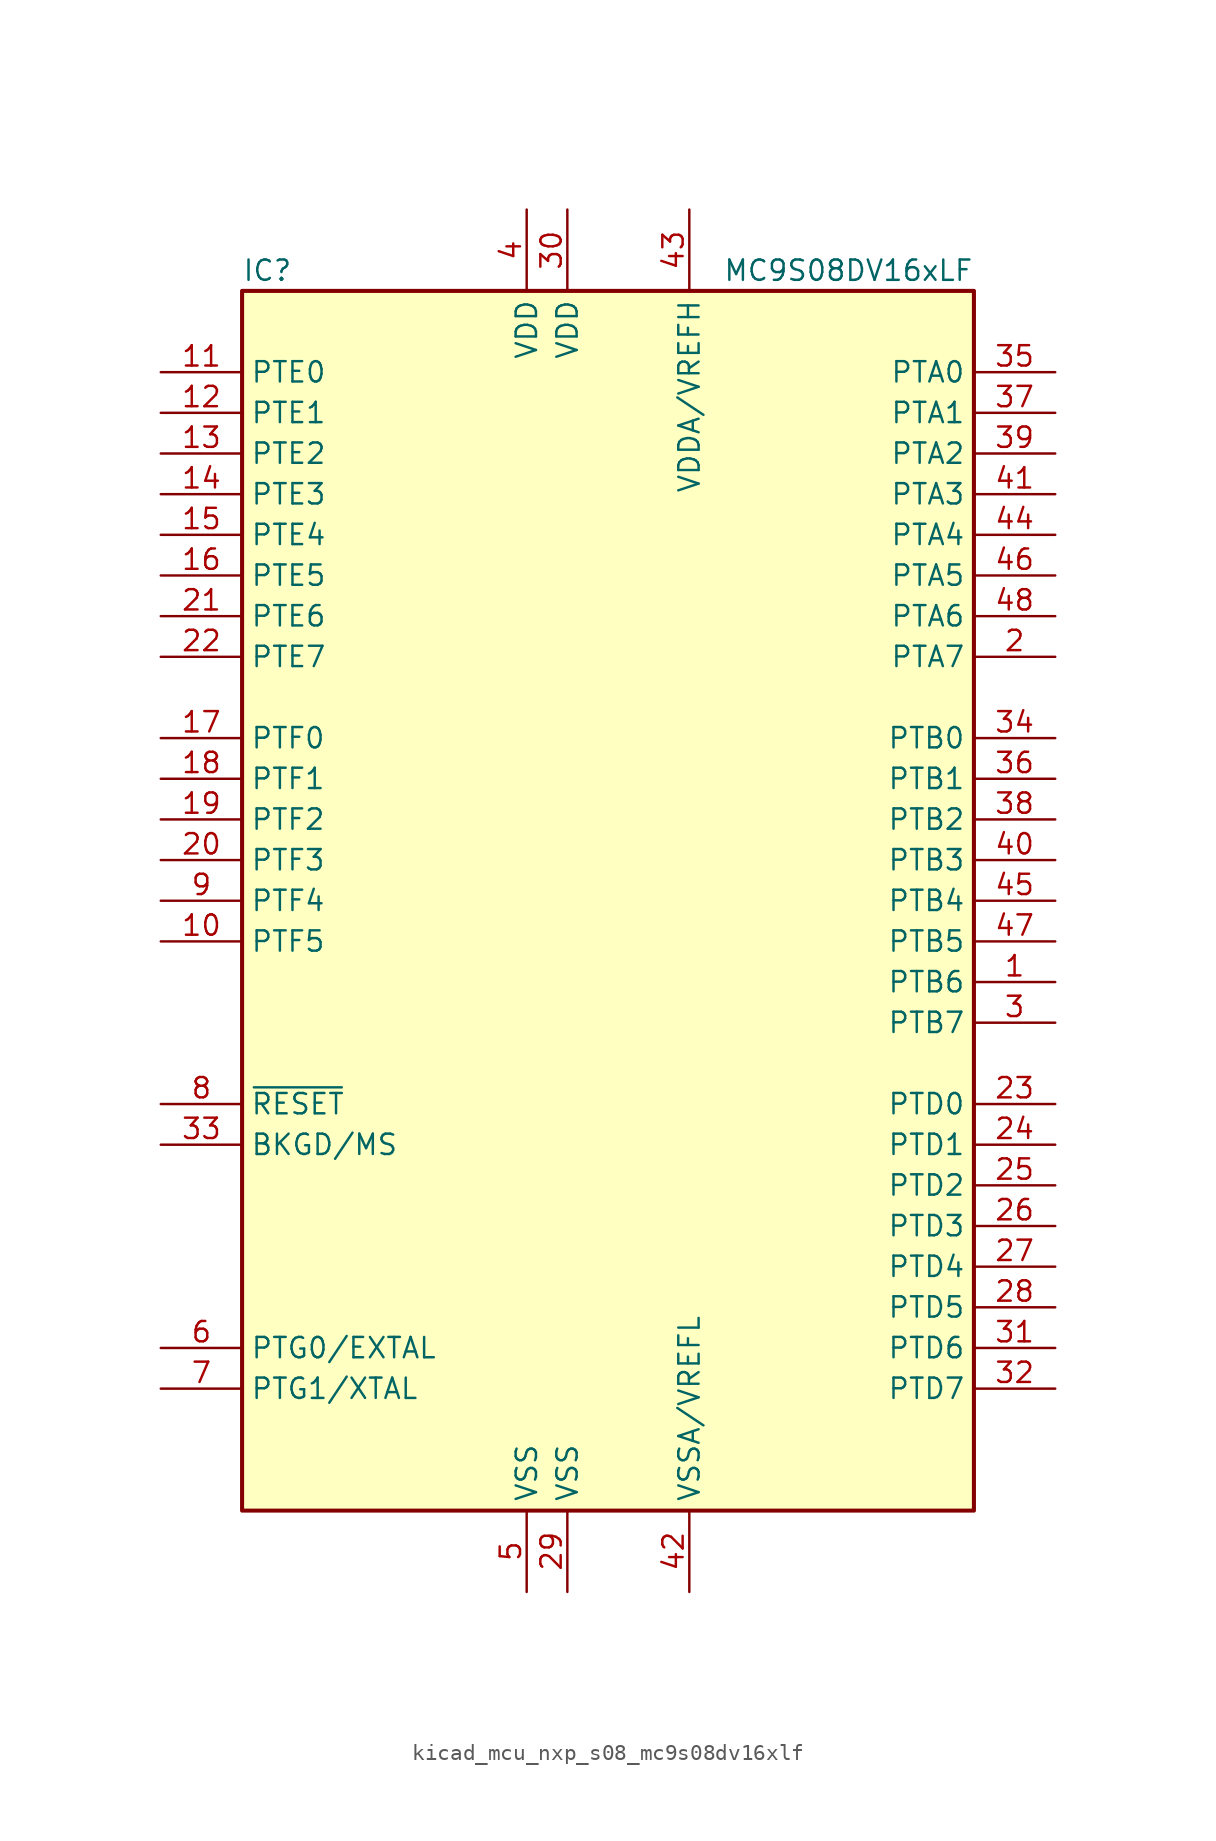
<source format=kicad_sym>
(kicad_symbol_lib
  (version 20220914)
  (generator kicad_symbol_editor)
  (symbol "kicad_mcu_nxp_s08_mc9s08dv16xlf"
    (property "Reference" "IC"
      (at -22.86 39.37 0)
      (effects (font (size 1.27 1.27)) (justify left)))
    (property "Value" "MC9S08DV16xLF"
      (at 22.86 39.37 0)
      (effects (font (size 1.27 1.27)) (justify right)))
    (symbol "kicad_mcu_nxp_s08_mc9s08dv16xlf_0_1"
      (rectangle (start -22.86 38.1) (end 22.86 -38.1) (stroke (width 0.254) (type default)) (fill (type background))))
    (symbol "kicad_mcu_nxp_s08_mc9s08dv16xlf_1_1"
      (pin bidirectional line (at 27.94 -5.08 180) (length 5.08) (name "PTB6" (effects (font (size 1.27 1.27)))) (number "1" (effects (font (size 1.27 1.27)))))
      (pin bidirectional line (at -27.94 -2.54 0) (length 5.08) (name "PTF5" (effects (font (size 1.27 1.27)))) (number "10" (effects (font (size 1.27 1.27)))))
      (pin bidirectional line (at -27.94 33.02 0) (length 5.08) (name "PTE0" (effects (font (size 1.27 1.27)))) (number "11" (effects (font (size 1.27 1.27)))))
      (pin bidirectional line (at -27.94 30.48 0) (length 5.08) (name "PTE1" (effects (font (size 1.27 1.27)))) (number "12" (effects (font (size 1.27 1.27)))))
      (pin bidirectional line (at -27.94 27.94 0) (length 5.08) (name "PTE2" (effects (font (size 1.27 1.27)))) (number "13" (effects (font (size 1.27 1.27)))))
      (pin bidirectional line (at -27.94 25.4 0) (length 5.08) (name "PTE3" (effects (font (size 1.27 1.27)))) (number "14" (effects (font (size 1.27 1.27)))))
      (pin bidirectional line (at -27.94 22.86 0) (length 5.08) (name "PTE4" (effects (font (size 1.27 1.27)))) (number "15" (effects (font (size 1.27 1.27)))))
      (pin bidirectional line (at -27.94 20.32 0) (length 5.08) (name "PTE5" (effects (font (size 1.27 1.27)))) (number "16" (effects (font (size 1.27 1.27)))))
      (pin bidirectional line (at -27.94 10.16 0) (length 5.08) (name "PTF0" (effects (font (size 1.27 1.27)))) (number "17" (effects (font (size 1.27 1.27)))))
      (pin bidirectional line (at -27.94 7.62 0) (length 5.08) (name "PTF1" (effects (font (size 1.27 1.27)))) (number "18" (effects (font (size 1.27 1.27)))))
      (pin bidirectional line (at -27.94 5.08 0) (length 5.08) (name "PTF2" (effects (font (size 1.27 1.27)))) (number "19" (effects (font (size 1.27 1.27)))))
      (pin bidirectional line (at 27.94 15.24 180) (length 5.08) (name "PTA7" (effects (font (size 1.27 1.27)))) (number "2" (effects (font (size 1.27 1.27)))))
      (pin bidirectional line (at -27.94 2.54 0) (length 5.08) (name "PTF3" (effects (font (size 1.27 1.27)))) (number "20" (effects (font (size 1.27 1.27)))))
      (pin bidirectional line (at -27.94 17.78 0) (length 5.08) (name "PTE6" (effects (font (size 1.27 1.27)))) (number "21" (effects (font (size 1.27 1.27)))))
      (pin bidirectional line (at -27.94 15.24 0) (length 5.08) (name "PTE7" (effects (font (size 1.27 1.27)))) (number "22" (effects (font (size 1.27 1.27)))))
      (pin bidirectional line (at 27.94 -12.7 180) (length 5.08) (name "PTD0" (effects (font (size 1.27 1.27)))) (number "23" (effects (font (size 1.27 1.27)))))
      (pin bidirectional line (at 27.94 -15.24 180) (length 5.08) (name "PTD1" (effects (font (size 1.27 1.27)))) (number "24" (effects (font (size 1.27 1.27)))))
      (pin bidirectional line (at 27.94 -17.78 180) (length 5.08) (name "PTD2" (effects (font (size 1.27 1.27)))) (number "25" (effects (font (size 1.27 1.27)))))
      (pin bidirectional line (at 27.94 -20.32 180) (length 5.08) (name "PTD3" (effects (font (size 1.27 1.27)))) (number "26" (effects (font (size 1.27 1.27)))))
      (pin bidirectional line (at 27.94 -22.86 180) (length 5.08) (name "PTD4" (effects (font (size 1.27 1.27)))) (number "27" (effects (font (size 1.27 1.27)))))
      (pin bidirectional line (at 27.94 -25.4 180) (length 5.08) (name "PTD5" (effects (font (size 1.27 1.27)))) (number "28" (effects (font (size 1.27 1.27)))))
      (pin power_in line (at -2.54 -43.18 90) (length 5.08) (name "VSS" (effects (font (size 1.27 1.27)))) (number "29" (effects (font (size 1.27 1.27)))))
      (pin bidirectional line (at 27.94 -7.62 180) (length 5.08) (name "PTB7" (effects (font (size 1.27 1.27)))) (number "3" (effects (font (size 1.27 1.27)))))
      (pin power_in line (at -2.54 43.18 270) (length 5.08) (name "VDD" (effects (font (size 1.27 1.27)))) (number "30" (effects (font (size 1.27 1.27)))))
      (pin bidirectional line (at 27.94 -27.94 180) (length 5.08) (name "PTD6" (effects (font (size 1.27 1.27)))) (number "31" (effects (font (size 1.27 1.27)))))
      (pin bidirectional line (at 27.94 -30.48 180) (length 5.08) (name "PTD7" (effects (font (size 1.27 1.27)))) (number "32" (effects (font (size 1.27 1.27)))))
      (pin bidirectional line (at -27.94 -15.24 0) (length 5.08) (name "BKGD/MS" (effects (font (size 1.27 1.27)))) (number "33" (effects (font (size 1.27 1.27)))))
      (pin bidirectional line (at 27.94 10.16 180) (length 5.08) (name "PTB0" (effects (font (size 1.27 1.27)))) (number "34" (effects (font (size 1.27 1.27)))))
      (pin bidirectional line (at 27.94 33.02 180) (length 5.08) (name "PTA0" (effects (font (size 1.27 1.27)))) (number "35" (effects (font (size 1.27 1.27)))))
      (pin bidirectional line (at 27.94 7.62 180) (length 5.08) (name "PTB1" (effects (font (size 1.27 1.27)))) (number "36" (effects (font (size 1.27 1.27)))))
      (pin bidirectional line (at 27.94 30.48 180) (length 5.08) (name "PTA1" (effects (font (size 1.27 1.27)))) (number "37" (effects (font (size 1.27 1.27)))))
      (pin bidirectional line (at 27.94 5.08 180) (length 5.08) (name "PTB2" (effects (font (size 1.27 1.27)))) (number "38" (effects (font (size 1.27 1.27)))))
      (pin bidirectional line (at 27.94 27.94 180) (length 5.08) (name "PTA2" (effects (font (size 1.27 1.27)))) (number "39" (effects (font (size 1.27 1.27)))))
      (pin power_in line (at -5.08 43.18 270) (length 5.08) (name "VDD" (effects (font (size 1.27 1.27)))) (number "4" (effects (font (size 1.27 1.27)))))
      (pin bidirectional line (at 27.94 2.54 180) (length 5.08) (name "PTB3" (effects (font (size 1.27 1.27)))) (number "40" (effects (font (size 1.27 1.27)))))
      (pin bidirectional line (at 27.94 25.4 180) (length 5.08) (name "PTA3" (effects (font (size 1.27 1.27)))) (number "41" (effects (font (size 1.27 1.27)))))
      (pin power_in line (at 5.08 -43.18 90) (length 5.08) (name "VSSA/VREFL" (effects (font (size 1.27 1.27)))) (number "42" (effects (font (size 1.27 1.27)))))
      (pin power_in line (at 5.08 43.18 270) (length 5.08) (name "VDDA/VREFH" (effects (font (size 1.27 1.27)))) (number "43" (effects (font (size 1.27 1.27)))))
      (pin bidirectional line (at 27.94 22.86 180) (length 5.08) (name "PTA4" (effects (font (size 1.27 1.27)))) (number "44" (effects (font (size 1.27 1.27)))))
      (pin bidirectional line (at 27.94 0 180) (length 5.08) (name "PTB4" (effects (font (size 1.27 1.27)))) (number "45" (effects (font (size 1.27 1.27)))))
      (pin bidirectional line (at 27.94 20.32 180) (length 5.08) (name "PTA5" (effects (font (size 1.27 1.27)))) (number "46" (effects (font (size 1.27 1.27)))))
      (pin bidirectional line (at 27.94 -2.54 180) (length 5.08) (name "PTB5" (effects (font (size 1.27 1.27)))) (number "47" (effects (font (size 1.27 1.27)))))
      (pin bidirectional line (at 27.94 17.78 180) (length 5.08) (name "PTA6" (effects (font (size 1.27 1.27)))) (number "48" (effects (font (size 1.27 1.27)))))
      (pin power_in line (at -5.08 -43.18 90) (length 5.08) (name "VSS" (effects (font (size 1.27 1.27)))) (number "5" (effects (font (size 1.27 1.27)))))
      (pin bidirectional line (at -27.94 -27.94 0) (length 5.08) (name "PTG0/EXTAL" (effects (font (size 1.27 1.27)))) (number "6" (effects (font (size 1.27 1.27)))))
      (pin bidirectional line (at -27.94 -30.48 0) (length 5.08) (name "PTG1/XTAL" (effects (font (size 1.27 1.27)))) (number "7" (effects (font (size 1.27 1.27)))))
      (pin input line (at -27.94 -12.7 0) (length 5.08) (name "~{RESET}" (effects (font (size 1.27 1.27)))) (number "8" (effects (font (size 1.27 1.27)))))
      (pin bidirectional line (at -27.94 0 0) (length 5.08) (name "PTF4" (effects (font (size 1.27 1.27)))) (number "9" (effects (font (size 1.27 1.27))))))))
</source>
